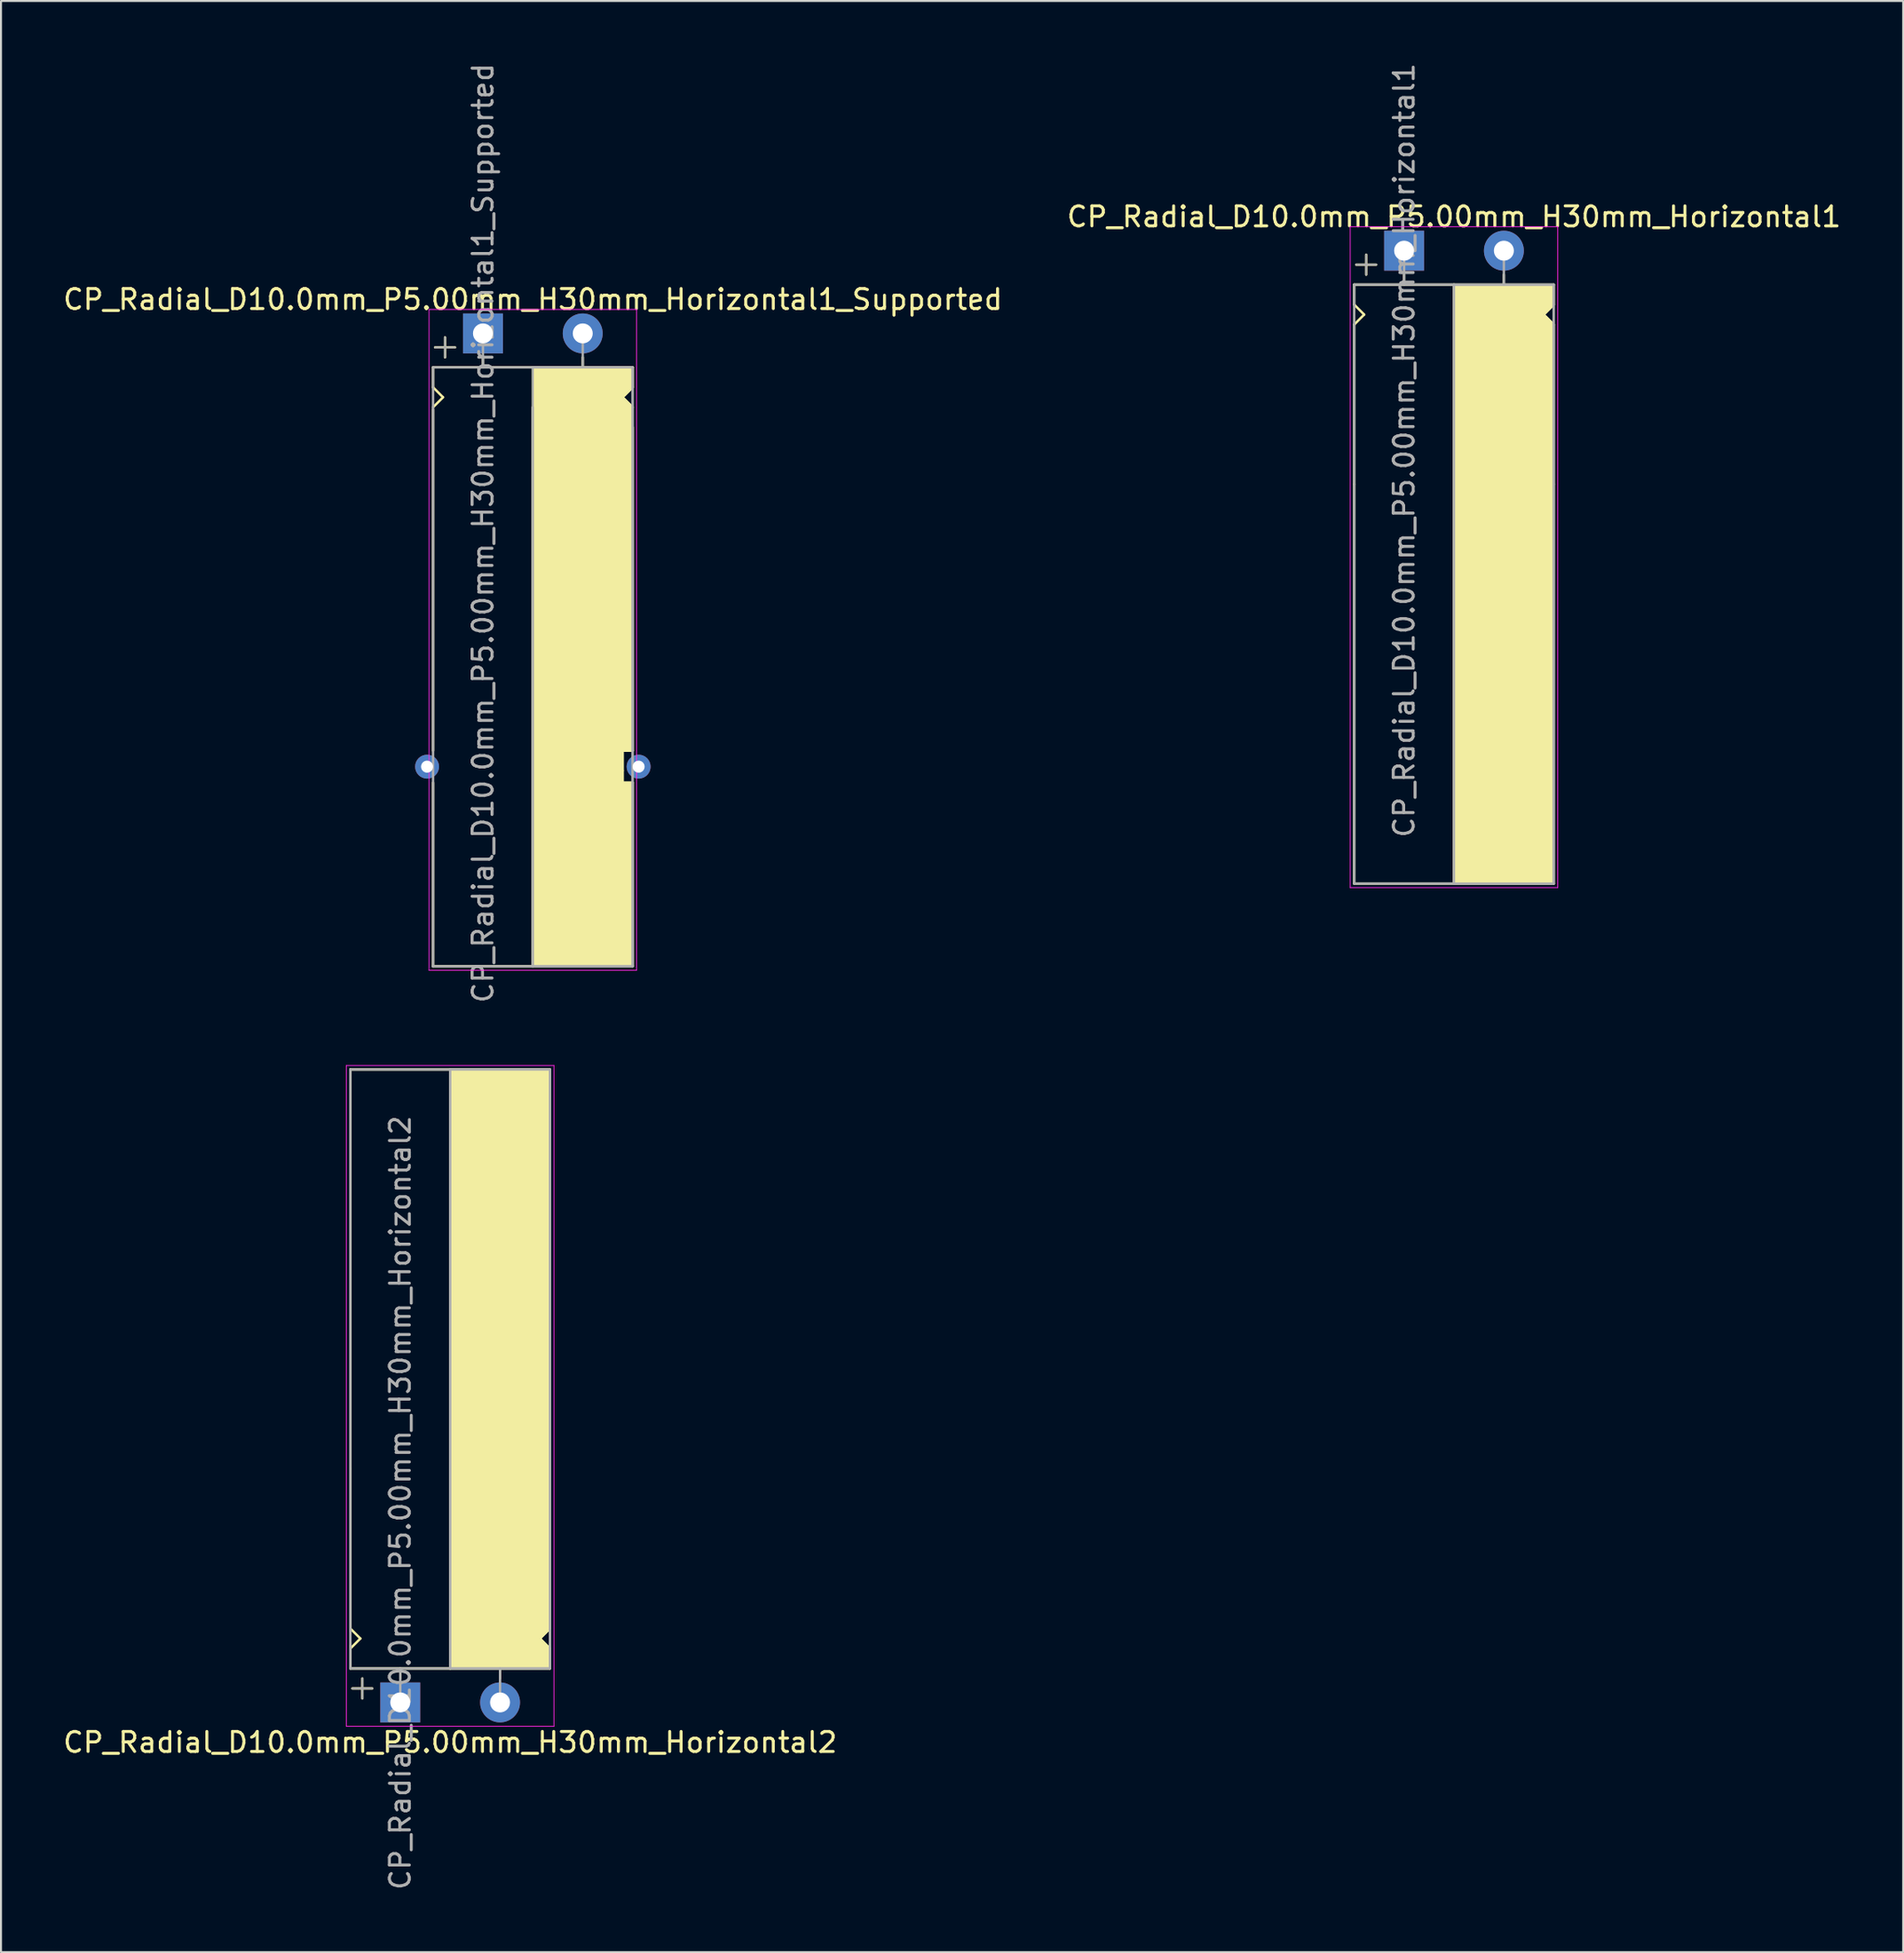
<source format=kicad_pcb>
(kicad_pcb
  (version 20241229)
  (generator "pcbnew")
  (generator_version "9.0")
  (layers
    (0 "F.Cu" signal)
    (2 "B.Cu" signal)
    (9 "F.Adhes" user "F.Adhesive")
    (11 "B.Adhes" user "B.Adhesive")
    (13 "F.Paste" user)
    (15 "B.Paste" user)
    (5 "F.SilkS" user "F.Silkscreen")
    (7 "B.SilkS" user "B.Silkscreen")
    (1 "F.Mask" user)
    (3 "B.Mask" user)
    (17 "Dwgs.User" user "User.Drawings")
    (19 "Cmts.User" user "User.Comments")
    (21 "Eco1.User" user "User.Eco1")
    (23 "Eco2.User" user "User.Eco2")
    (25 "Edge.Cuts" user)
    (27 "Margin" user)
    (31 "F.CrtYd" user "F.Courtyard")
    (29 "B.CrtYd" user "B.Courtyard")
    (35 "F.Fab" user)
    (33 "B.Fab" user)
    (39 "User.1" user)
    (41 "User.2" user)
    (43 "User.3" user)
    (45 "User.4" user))
  (footprint "CP_Radial_D10.0mm_P5.00mm_H30mm_Horizontal1_Supported"
    (layer "F.Cu")
    (at 21.149 13.649)
    (property "Reference" "CP_Radial_D10.0mm_P5.00mm_H30mm_Horizontal1_Supported" (at 2.5 -1.7 0) (layer "F.SilkS") (effects (font (size 1 1) (thickness 0.15))))
    (attr through_hole)
    (fp_line (start -2.5 1.7) (end -2.5 2.7) (stroke (width 0.12) (type solid)) (layer "F.SilkS"))
    (fp_line (start -2.5 2.7) (end -2 3.2) (stroke (width 0.12) (type solid)) (layer "F.SilkS"))
    (fp_line (start -2.5 3.8) (end -2.5 20.9) (stroke (width 0.12) (type solid)) (layer "F.SilkS"))
    (fp_line (start -2.5 22.5) (end -2.5 31.7) (stroke (width 0.12) (type solid)) (layer "F.SilkS"))
    (fp_line (start -2.5 31.7) (end 7.5 31.7) (stroke (width 0.12) (type solid)) (layer "F.SilkS"))
    (fp_line (start -2 3.2) (end -2.5 3.7) (stroke (width 0.12) (type solid)) (layer "F.SilkS"))
    (fp_line (start -1.9 0.2) (end -1.9 1.2) (stroke (width 0.12) (type solid)) (layer "F.SilkS"))
    (fp_line (start -1.4 0.7) (end -2.4 0.7) (stroke (width 0.12) (type solid)) (layer "F.SilkS"))
    (fp_line (start 0 1.7) (end 0 1.2) (stroke (width 0.12) (type solid)) (layer "F.SilkS"))
    (fp_line (start 2.5 1.7) (end -2.5 1.7) (stroke (width 0.12) (type solid)) (layer "F.SilkS"))
    (fp_line (start 2.5 31.7) (end 2.5 3.7) (stroke (width 0.12) (type solid)) (layer "F.SilkS"))
    (fp_line (start 5 1.7) (end 5 1.2) (stroke (width 0.12) (type solid)) (layer "F.SilkS"))
    (fp_line (start 7 3.2) (end 7.5 3.7) (stroke (width 0.12) (type solid)) (layer "F.SilkS"))
    (fp_line (start 7 20.9) (end 7.5 20.9) (stroke (width 0.12) (type solid)) (layer "F.SilkS"))
    (fp_line (start 7 21.9) (end 7 20.9) (stroke (width 0.12) (type solid)) (layer "F.SilkS"))
    (fp_line (start 7 22.5) (end 7 21.9) (stroke (width 0.12) (type solid)) (layer "F.SilkS"))
    (fp_line (start 7.5 1.7) (end 2.5 1.7) (stroke (width 0.12) (type solid)) (layer "F.SilkS"))
    (fp_line (start 7.5 1.7) (end 7.5 2.7) (stroke (width 0.12) (type solid)) (layer "F.SilkS"))
    (fp_line (start 7.5 2.7) (end 7 3.2) (stroke (width 0.12) (type solid)) (layer "F.SilkS"))
    (fp_line (start 7.5 4.7) (end 7.5 20.9) (stroke (width 0.12) (type solid)) (layer "F.SilkS"))
    (fp_line (start 7.5 22.5) (end 7 22.5) (stroke (width 0.12) (type solid)) (layer "F.SilkS"))
    (fp_line (start 7.5 22.5) (end 7.5 31.7) (stroke (width 0.12) (type solid)) (layer "F.SilkS"))
    (fp_poly (pts (xy 7.5 2.7) (xy 7 3.2) (xy 7.5 3.7) (xy 7.5 20.9) (xy 7 20.9) (xy 7 22.5) (xy 7.5 22.5) (xy 7.5 31.7) (xy 2.5 31.7) (xy 2.5 1.7) (xy 7.5 1.7)) (stroke (width 0.1) (type solid)) (fill yes) (layer "F.SilkS"))
    (fp_line (start -2.7 -1.2) (end 5.3 -1.2) (stroke (width 0.04) (type solid)) (layer "F.CrtYd"))
    (fp_line (start -2.7 31.9) (end -2.7 -1.2) (stroke (width 0.04) (type solid)) (layer "F.CrtYd"))
    (fp_line (start 5.3 -1.2) (end 7.7 -1.2) (stroke (width 0.04) (type solid)) (layer "F.CrtYd"))
    (fp_line (start 7.7 -1.2) (end 7.7 31.9) (stroke (width 0.04) (type solid)) (layer "F.CrtYd"))
    (fp_line (start 7.7 31.9) (end -2.7 31.9) (stroke (width 0.04) (type solid)) (layer "F.CrtYd"))
    (fp_line (start -2.5 1.7) (end -2.5 31.7) (stroke (width 0.12) (type solid)) (layer "F.Fab"))
    (fp_line (start -2.5 31.7) (end 7.5 31.7) (stroke (width 0.12) (type solid)) (layer "F.Fab"))
    (fp_line (start -2.4 0.7) (end -1.4 0.7) (stroke (width 0.1) (type solid)) (layer "F.Fab"))
    (fp_line (start -1.9 1.2) (end -1.9 0.2) (stroke (width 0.1) (type solid)) (layer "F.Fab"))
    (fp_line (start 0 1.7) (end 0 0) (stroke (width 0.12) (type solid)) (layer "F.Fab"))
    (fp_line (start 2.5 3.7) (end 2.5 31.7) (stroke (width 0.12) (type solid)) (layer "F.Fab"))
    (fp_line (start 5 1.7) (end 5 0) (stroke (width 0.12) (type solid)) (layer "F.Fab"))
    (fp_line (start 7.5 1.7) (end -2.5 1.7) (stroke (width 0.12) (type solid)) (layer "F.Fab"))
    (fp_line (start 7.5 31.7) (end 7.5 1.7) (stroke (width 0.12) (type solid)) (layer "F.Fab"))
    (fp_poly (pts (xy 7.5 31.7) (xy 2.5 31.7) (xy 2.5 1.7) (xy 7.5 1.7)) (stroke (width 0.1) (type solid)) (fill no) (layer "F.Fab"))
    (fp_text user "${REFERENCE}" (at 0 10 90) (layer "F.Fab") (effects (font (size 1 1) (thickness 0.15))))
    (pad "" thru_hole circle (at -2.8 21.7) (size 1.2 1.2) (drill 0.6) (layers "*.Cu" "*.Mask"))
    (pad "" thru_hole circle (at 7.8 21.7) (size 1.2 1.2) (drill 0.6) (layers "*.Cu" "*.Mask"))
    (pad "1" thru_hole rect (at 0 0) (size 2 2) (drill 1) (layers "*.Cu" "*.Mask"))
    (pad "2" thru_hole circle (at 5 0) (size 2 2) (drill 1) (layers "*.Cu" "*.Mask")))
  (footprint "CP_Radial_D10.0mm_P5.00mm_H30mm_Horizontal2"
    (layer "F.Cu")
    (at 17.006 82.218)
    (property "Reference" "CP_Radial_D10.0mm_P5.00mm_H30mm_Horizontal2" (at 2.5 2 0) (layer "F.SilkS") (effects (font (size 1 1) (thickness 0.15))))
    (attr through_hole)
    (fp_line (start -2.5 -31.7) (end 7.5 -31.7) (stroke (width 0.12) (type solid)) (layer "F.SilkS"))
    (fp_line (start -2.5 -11.7) (end -2.5 -31.7) (stroke (width 0.12) (type solid)) (layer "F.SilkS"))
    (fp_line (start -2.5 -3.7) (end -2.5 -11.7) (stroke (width 0.12) (type solid)) (layer "F.SilkS"))
    (fp_line (start -2.5 -2.7) (end -2 -3.2) (stroke (width 0.12) (type solid)) (layer "F.SilkS"))
    (fp_line (start -2.5 -1.7) (end -2.5 -2.7) (stroke (width 0.12) (type solid)) (layer "F.SilkS"))
    (fp_line (start -2 -3.2) (end -2.5 -3.7) (stroke (width 0.12) (type solid)) (layer "F.SilkS"))
    (fp_line (start -1.9 -1.2) (end -1.9 -0.2) (stroke (width 0.12) (type solid)) (layer "F.SilkS"))
    (fp_line (start -1.4 -0.7) (end -2.4 -0.7) (stroke (width 0.12) (type solid)) (layer "F.SilkS"))
    (fp_line (start 0 -1.7) (end 0 -1.2) (stroke (width 0.12) (type solid)) (layer "F.SilkS"))
    (fp_line (start 2.5 -31.7) (end 2.5 -1.7) (stroke (width 0.12) (type solid)) (layer "F.SilkS"))
    (fp_line (start 2.5 -1.7) (end -2.5 -1.7) (stroke (width 0.12) (type solid)) (layer "F.SilkS"))
    (fp_line (start 5 -1.7) (end 5 -1.2) (stroke (width 0.12) (type solid)) (layer "F.SilkS"))
    (fp_line (start 7 -3.2) (end 7.5 -3.7) (stroke (width 0.12) (type solid)) (layer "F.SilkS"))
    (fp_line (start 7.5 -11.7) (end 7.5 -31.7) (stroke (width 0.12) (type solid)) (layer "F.SilkS"))
    (fp_line (start 7.5 -3.7) (end 7.5 -11.7) (stroke (width 0.12) (type solid)) (layer "F.SilkS"))
    (fp_line (start 7.5 -2.7) (end 7 -3.2) (stroke (width 0.12) (type solid)) (layer "F.SilkS"))
    (fp_line (start 7.5 -1.7) (end 2.5 -1.7) (stroke (width 0.12) (type solid)) (layer "F.SilkS"))
    (fp_line (start 7.5 -1.7) (end 7.5 -2.7) (stroke (width 0.12) (type solid)) (layer "F.SilkS"))
    (fp_poly (pts (xy 7.5 -2.7) (xy 7 -3.2) (xy 7.5 -3.7) (xy 7.5 -31.7) (xy 2.5 -31.7) (xy 2.5 -1.7) (xy 7.5 -1.7)) (stroke (width 0.1) (type solid)) (fill yes) (layer "F.SilkS"))
    (fp_line (start -2.7 -31.9) (end -2.7 1.2) (stroke (width 0.04) (type solid)) (layer "F.CrtYd"))
    (fp_line (start -2.7 1.2) (end 5.3 1.2) (stroke (width 0.04) (type solid)) (layer "F.CrtYd"))
    (fp_line (start 5.3 1.2) (end 7.7 1.2) (stroke (width 0.04) (type solid)) (layer "F.CrtYd"))
    (fp_line (start 7.7 -31.9) (end -2.7 -31.9) (stroke (width 0.04) (type solid)) (layer "F.CrtYd"))
    (fp_line (start 7.7 1.2) (end 7.7 -31.9) (stroke (width 0.04) (type solid)) (layer "F.CrtYd"))
    (fp_line (start -2.5 -31.7) (end 7.5 -31.7) (stroke (width 0.12) (type solid)) (layer "F.Fab"))
    (fp_line (start -2.5 -1.7) (end -2.5 -31.7) (stroke (width 0.12) (type solid)) (layer "F.Fab"))
    (fp_line (start -2.4 -0.7) (end -1.4 -0.7) (stroke (width 0.1) (type solid)) (layer "F.Fab"))
    (fp_line (start -1.9 -0.2) (end -1.9 -1.2) (stroke (width 0.1) (type solid)) (layer "F.Fab"))
    (fp_line (start 0 -1.7) (end 0 0) (stroke (width 0.12) (type solid)) (layer "F.Fab"))
    (fp_line (start 2.5 -1.7) (end 2.5 -31.7) (stroke (width 0.12) (type solid)) (layer "F.Fab"))
    (fp_line (start 5 -1.7) (end 5 0) (stroke (width 0.12) (type solid)) (layer "F.Fab"))
    (fp_line (start 7.5 -31.7) (end 7.5 -1.7) (stroke (width 0.12) (type solid)) (layer "F.Fab"))
    (fp_line (start 7.5 -1.7) (end -2.5 -1.7) (stroke (width 0.12) (type solid)) (layer "F.Fab"))
    (fp_poly (pts (xy 7.5 -31.7) (xy 2.5 -31.7) (xy 2.5 -1.7) (xy 7.5 -1.7)) (stroke (width 0.1) (type solid)) (fill no) (layer "F.Fab"))
    (fp_text user "${REFERENCE}" (at 0 -10 90) (layer "F.Fab") (effects (font (size 1 1) (thickness 0.15))))
    (pad "1" thru_hole rect (at 0 0) (size 2 2) (drill 1) (layers "*.Cu" "*.Mask"))
    (pad "2" thru_hole circle (at 5 0) (size 2 2) (drill 1) (layers "*.Cu" "*.Mask")))
  (footprint "CP_Radial_D10.0mm_P5.00mm_H30mm_Horizontal1"
    (layer "F.Cu")
    (at 67.304 9.506)
    (property "Reference" "CP_Radial_D10.0mm_P5.00mm_H30mm_Horizontal1" (at 2.5 -1.7 0) (layer "F.SilkS") (effects (font (size 1 1) (thickness 0.15))))
    (attr through_hole)
    (fp_line (start -2.5 1.7) (end -2.5 2.7) (stroke (width 0.12) (type solid)) (layer "F.SilkS"))
    (fp_line (start -2.5 2.7) (end -2 3.2) (stroke (width 0.12) (type solid)) (layer "F.SilkS"))
    (fp_line (start -2.5 3.7) (end -2.5 11.7) (stroke (width 0.12) (type solid)) (layer "F.SilkS"))
    (fp_line (start -2.5 11.7) (end -2.5 31.7) (stroke (width 0.12) (type solid)) (layer "F.SilkS"))
    (fp_line (start -2.5 31.7) (end 7.5 31.7) (stroke (width 0.12) (type solid)) (layer "F.SilkS"))
    (fp_line (start -2 3.2) (end -2.5 3.7) (stroke (width 0.12) (type solid)) (layer "F.SilkS"))
    (fp_line (start -1.9 0.2) (end -1.9 1.2) (stroke (width 0.12) (type solid)) (layer "F.SilkS"))
    (fp_line (start -1.4 0.7) (end -2.4 0.7) (stroke (width 0.12) (type solid)) (layer "F.SilkS"))
    (fp_line (start 0 1.7) (end 0 1.2) (stroke (width 0.12) (type solid)) (layer "F.SilkS"))
    (fp_line (start 2.5 1.7) (end -2.5 1.7) (stroke (width 0.12) (type solid)) (layer "F.SilkS"))
    (fp_line (start 2.5 31.7) (end 2.5 1.7) (stroke (width 0.12) (type solid)) (layer "F.SilkS"))
    (fp_line (start 5 1.7) (end 5 1.2) (stroke (width 0.12) (type solid)) (layer "F.SilkS"))
    (fp_line (start 7 3.2) (end 7.5 3.7) (stroke (width 0.12) (type solid)) (layer "F.SilkS"))
    (fp_line (start 7.5 1.7) (end 2.5 1.7) (stroke (width 0.12) (type solid)) (layer "F.SilkS"))
    (fp_line (start 7.5 1.7) (end 7.5 2.7) (stroke (width 0.12) (type solid)) (layer "F.SilkS"))
    (fp_line (start 7.5 2.7) (end 7 3.2) (stroke (width 0.12) (type solid)) (layer "F.SilkS"))
    (fp_line (start 7.5 3.7) (end 7.5 11.7) (stroke (width 0.12) (type solid)) (layer "F.SilkS"))
    (fp_line (start 7.5 11.7) (end 7.5 31.7) (stroke (width 0.12) (type solid)) (layer "F.SilkS"))
    (fp_poly (pts (xy 7.5 2.7) (xy 7 3.2) (xy 7.5 3.7) (xy 7.5 31.7) (xy 2.5 31.7) (xy 2.5 1.7) (xy 7.5 1.7)) (stroke (width 0.1) (type solid)) (fill yes) (layer "F.SilkS"))
    (fp_line (start -2.7 -1.2) (end 5.3 -1.2) (stroke (width 0.04) (type solid)) (layer "F.CrtYd"))
    (fp_line (start -2.7 31.9) (end -2.7 -1.2) (stroke (width 0.04) (type solid)) (layer "F.CrtYd"))
    (fp_line (start 5.3 -1.2) (end 7.7 -1.2) (stroke (width 0.04) (type solid)) (layer "F.CrtYd"))
    (fp_line (start 7.7 -1.2) (end 7.7 31.9) (stroke (width 0.04) (type solid)) (layer "F.CrtYd"))
    (fp_line (start 7.7 31.9) (end -2.7 31.9) (stroke (width 0.04) (type solid)) (layer "F.CrtYd"))
    (fp_line (start -2.5 1.7) (end -2.5 31.7) (stroke (width 0.12) (type solid)) (layer "F.Fab"))
    (fp_line (start -2.5 31.7) (end 7.5 31.7) (stroke (width 0.12) (type solid)) (layer "F.Fab"))
    (fp_line (start -2.4 0.7) (end -1.4 0.7) (stroke (width 0.1) (type solid)) (layer "F.Fab"))
    (fp_line (start -1.9 1.2) (end -1.9 0.2) (stroke (width 0.1) (type solid)) (layer "F.Fab"))
    (fp_line (start 0 1.7) (end 0 0) (stroke (width 0.12) (type solid)) (layer "F.Fab"))
    (fp_line (start 2.5 1.7) (end 2.5 31.7) (stroke (width 0.12) (type solid)) (layer "F.Fab"))
    (fp_line (start 5 1.7) (end 5 0) (stroke (width 0.12) (type solid)) (layer "F.Fab"))
    (fp_line (start 7.5 1.7) (end -2.5 1.7) (stroke (width 0.12) (type solid)) (layer "F.Fab"))
    (fp_line (start 7.5 31.7) (end 7.5 1.7) (stroke (width 0.12) (type solid)) (layer "F.Fab"))
    (fp_poly (pts (xy 7.5 31.7) (xy 2.5 31.7) (xy 2.5 1.7) (xy 7.5 1.7)) (stroke (width 0.1) (type solid)) (fill no) (layer "F.Fab"))
    (fp_text user "${REFERENCE}" (at 0 10 90) (layer "F.Fab") (effects (font (size 1 1) (thickness 0.15))))
    (pad "1" thru_hole rect (at 0 0) (size 2 2) (drill 1) (layers "*.Cu" "*.Mask"))
    (pad "2" thru_hole circle (at 5 0) (size 2 2) (drill 1) (layers "*.Cu" "*.Mask")))
  (gr_rect
    (start -3 -3)
    (end 92.31 94.724)
    (stroke (width 0.1) (type default))
    (fill no)
    (layer "Edge.Cuts")))
</source>
